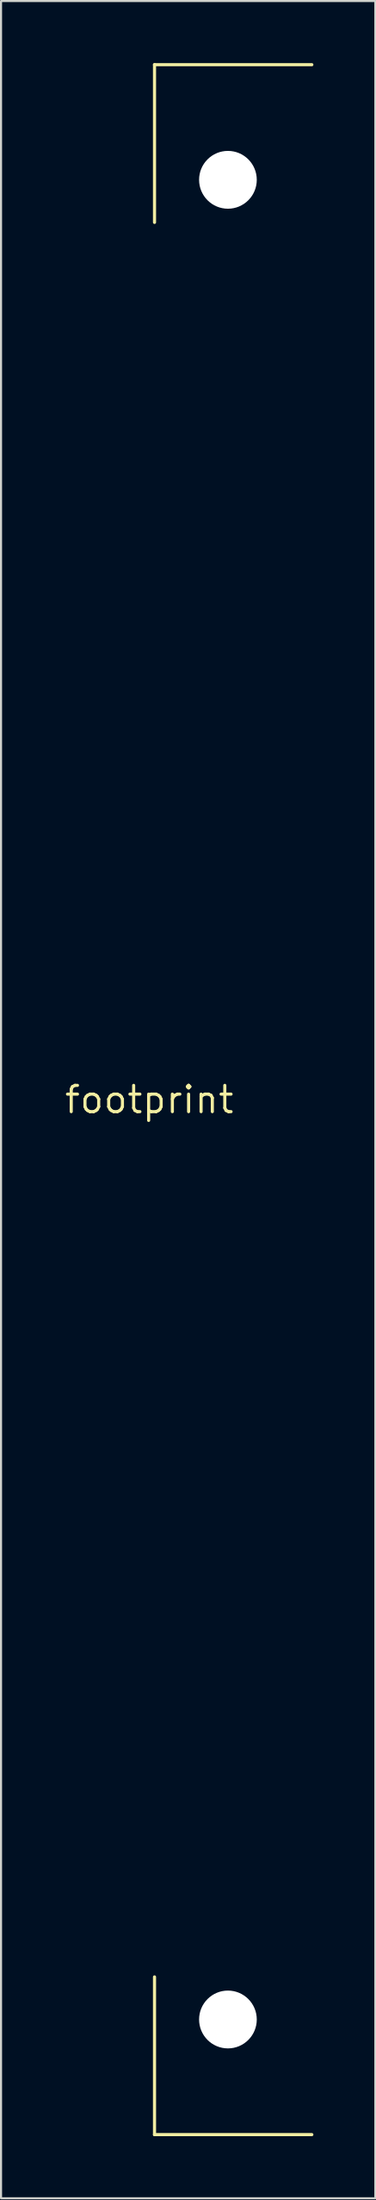
<source format=kicad_pcb>
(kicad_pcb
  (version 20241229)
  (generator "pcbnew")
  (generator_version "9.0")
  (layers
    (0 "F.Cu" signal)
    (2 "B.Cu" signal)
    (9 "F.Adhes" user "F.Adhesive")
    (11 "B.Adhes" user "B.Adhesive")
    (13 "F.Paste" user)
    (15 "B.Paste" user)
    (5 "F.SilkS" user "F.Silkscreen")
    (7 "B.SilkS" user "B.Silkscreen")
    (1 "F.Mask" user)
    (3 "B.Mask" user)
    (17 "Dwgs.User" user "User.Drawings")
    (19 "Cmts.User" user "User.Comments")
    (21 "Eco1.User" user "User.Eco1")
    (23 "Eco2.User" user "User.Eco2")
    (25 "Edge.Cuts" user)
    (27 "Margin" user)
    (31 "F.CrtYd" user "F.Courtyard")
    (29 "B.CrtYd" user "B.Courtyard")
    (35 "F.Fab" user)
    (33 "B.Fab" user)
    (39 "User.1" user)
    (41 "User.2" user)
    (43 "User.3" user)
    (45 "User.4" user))
  (footprint "footprint"
    (layer "F.Cu")
    (at 4.18 50.089)
    (property "Reference" "footprint" (at 0 0 0) (layer "F.SilkS") (effects (font (size 1.27 1.27) (thickness 0.15))))
    (fp_line (start 0.254 -42.393) (end 0.254 -50.013) (stroke (width 0.152) (type solid)) (layer "F.SilkS"))
    (fp_line (start 0.254 42.393) (end 0.254 50.013) (stroke (width 0.152) (type solid)) (layer "F.SilkS"))
    (fp_line (start 7.874 -50.013) (end 0.254 -50.013) (stroke (width 0.152) (type solid)) (layer "F.SilkS"))
    (fp_line (start 7.874 50.013) (end 0.254 50.013) (stroke (width 0.152) (type solid)) (layer "F.SilkS"))
    (pad "" np_thru_hole circle (at 3.81 -44.45) (size 2.794 2.794) (drill 2.794) (layers "*.Cu" "*.Mask"))
    (pad "" np_thru_hole circle (at 3.81 44.45) (size 2.794 2.794) (drill 2.794) (layers "*.Cu" "*.Mask"))
    (zone (net_name "") (layers "F.Cu" "B.Cu") (hatch edge 0.508) (connect_pads) (min_thickness 0.254) (filled_areas_thickness no) (keepout (tracks allowed) (vias not_allowed) (pads allowed) (copperpour allowed) (footprints allowed)) (placement (enabled no)) (fill) (polygon (pts (xy 10.276 5.639) (xy 10.241 5.242) (xy 10.138 4.857) (xy 9.97 4.496) (xy 9.741 4.169) (xy 9.46 3.888) (xy 9.133 3.659) (xy 8.772 3.491) (xy 8.387 3.388) (xy 7.99 3.353) (xy 7.593 3.388) (xy 7.208 3.491) (xy 6.847 3.659) (xy 6.521 3.888) (xy 6.239 4.169) (xy 6.01 4.496) (xy 5.842 4.857) (xy 5.739 5.242) (xy 5.704 5.639) (xy 5.739 6.036) (xy 5.842 6.421) (xy 6.01 6.782) (xy 6.239 7.108) (xy 6.521 7.39) (xy 6.847 7.619) (xy 7.208 7.787) (xy 7.593 7.89) (xy 7.99 7.925) (xy 8.387 7.89) (xy 8.772 7.787) (xy 9.133 7.619) (xy 9.46 7.39) (xy 9.741 7.108) (xy 9.97 6.782) (xy 10.138 6.421) (xy 10.241 6.036))))
    (zone (net_name "") (layers "F.Cu" "B.Cu") (hatch edge 0.508) (connect_pads) (min_thickness 0.254) (filled_areas_thickness no) (keepout (tracks allowed) (vias not_allowed) (pads allowed) (copperpour allowed) (footprints allowed)) (placement (enabled no)) (fill) (polygon (pts (xy 10.276 94.539) (xy 10.241 94.142) (xy 10.138 93.757) (xy 9.97 93.396) (xy 9.741 93.069) (xy 9.46 92.788) (xy 9.133 92.559) (xy 8.772 92.391) (xy 8.387 92.288) (xy 7.99 92.253) (xy 7.593 92.288) (xy 7.208 92.391) (xy 6.847 92.559) (xy 6.521 92.788) (xy 6.239 93.069) (xy 6.01 93.396) (xy 5.842 93.757) (xy 5.739 94.142) (xy 5.704 94.539) (xy 5.739 94.936) (xy 5.842 95.321) (xy 6.01 95.682) (xy 6.239 96.008) (xy 6.521 96.29) (xy 6.847 96.519) (xy 7.208 96.687) (xy 7.593 96.79) (xy 7.99 96.825) (xy 8.387 96.79) (xy 8.772 96.687) (xy 9.133 96.519) (xy 9.46 96.29) (xy 9.741 96.008) (xy 9.97 95.682) (xy 10.138 95.321) (xy 10.241 94.936))))
    (zone (net_name "") (layer "B.Cu") (hatch edge 0.508) (connect_pads) (min_thickness 0.254) (filled_areas_thickness no) (keepout (tracks not_allowed) (vias not_allowed) (pads not_allowed) (copperpour not_allowed) (footprints allowed)) (placement (enabled no)) (fill) (polygon (pts (xy 10.276 5.639) (xy 10.241 5.242) (xy 10.138 4.857) (xy 9.97 4.496) (xy 9.741 4.169) (xy 9.46 3.888) (xy 9.133 3.659) (xy 8.772 3.491) (xy 8.387 3.388) (xy 7.99 3.353) (xy 7.593 3.388) (xy 7.208 3.491) (xy 6.847 3.659) (xy 6.521 3.888) (xy 6.239 4.169) (xy 6.01 4.496) (xy 5.842 4.857) (xy 5.739 5.242) (xy 5.704 5.639) (xy 5.739 6.036) (xy 5.842 6.421) (xy 6.01 6.782) (xy 6.239 7.108) (xy 6.521 7.39) (xy 6.847 7.619) (xy 7.208 7.787) (xy 7.593 7.89) (xy 7.99 7.925) (xy 8.387 7.89) (xy 8.772 7.787) (xy 9.133 7.619) (xy 9.46 7.39) (xy 9.741 7.108) (xy 9.97 6.782) (xy 10.138 6.421) (xy 10.241 6.036))))
    (zone (net_name "") (layer "B.Cu") (hatch edge 0.508) (connect_pads) (min_thickness 0.254) (filled_areas_thickness no) (keepout (tracks not_allowed) (vias not_allowed) (pads not_allowed) (copperpour not_allowed) (footprints allowed)) (placement (enabled no)) (fill) (polygon (pts (xy 10.276 94.539) (xy 10.241 94.142) (xy 10.138 93.757) (xy 9.97 93.396) (xy 9.741 93.069) (xy 9.46 92.788) (xy 9.133 92.559) (xy 8.772 92.391) (xy 8.387 92.288) (xy 7.99 92.253) (xy 7.593 92.288) (xy 7.208 92.391) (xy 6.847 92.559) (xy 6.521 92.788) (xy 6.239 93.069) (xy 6.01 93.396) (xy 5.842 93.757) (xy 5.739 94.142) (xy 5.704 94.539) (xy 5.739 94.936) (xy 5.842 95.321) (xy 6.01 95.682) (xy 6.239 96.008) (xy 6.521 96.29) (xy 6.847 96.519) (xy 7.208 96.687) (xy 7.593 96.79) (xy 7.99 96.825) (xy 8.387 96.79) (xy 8.772 96.687) (xy 9.133 96.519) (xy 9.46 96.29) (xy 9.741 96.008) (xy 9.97 95.682) (xy 10.138 95.321) (xy 10.241 94.936)))))
  (gr_rect
    (start -3 -3)
    (end 15.13 103.178)
    (stroke (width 0.1) (type default))
    (fill no)
    (layer "Edge.Cuts")))
</source>
